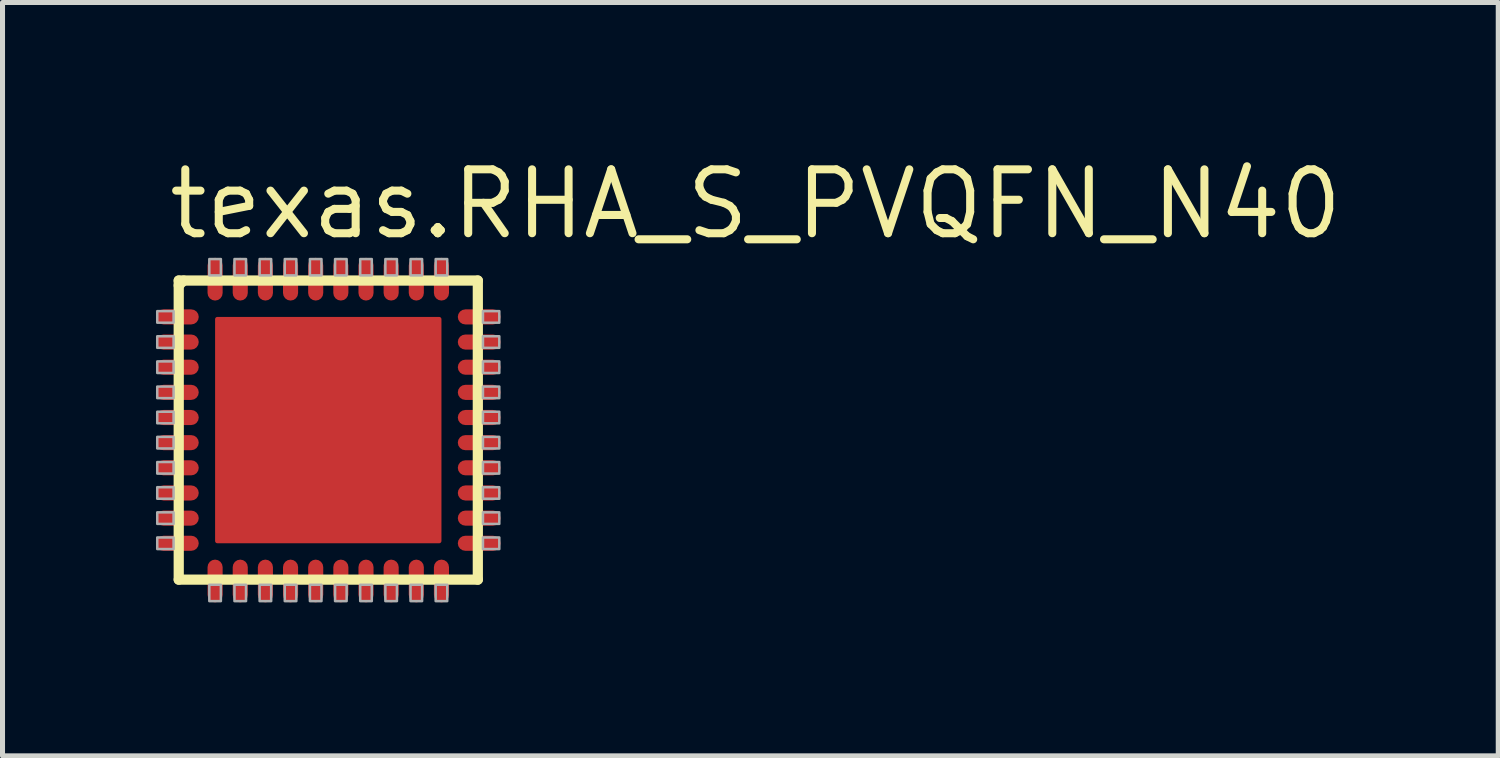
<source format=kicad_pcb>
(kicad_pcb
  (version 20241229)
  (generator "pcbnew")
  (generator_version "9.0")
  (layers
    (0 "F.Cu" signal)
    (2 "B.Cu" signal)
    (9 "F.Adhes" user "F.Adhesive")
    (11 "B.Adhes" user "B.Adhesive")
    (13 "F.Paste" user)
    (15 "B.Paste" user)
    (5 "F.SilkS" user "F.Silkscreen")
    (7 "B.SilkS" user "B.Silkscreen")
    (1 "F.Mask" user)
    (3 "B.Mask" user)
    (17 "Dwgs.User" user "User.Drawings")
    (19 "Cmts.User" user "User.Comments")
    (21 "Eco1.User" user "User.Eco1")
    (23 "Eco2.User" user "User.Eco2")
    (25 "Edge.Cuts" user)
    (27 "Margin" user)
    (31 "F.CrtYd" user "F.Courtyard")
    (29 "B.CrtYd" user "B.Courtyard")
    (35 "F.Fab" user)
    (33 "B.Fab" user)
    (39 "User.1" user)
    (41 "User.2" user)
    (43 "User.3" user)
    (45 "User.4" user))
  (footprint "texas.RHA_S_PVQFN_N40"
    (layer "F.Cu")
    (at 3.476 5.5)
    (property "Reference" "texas.RHA_S_PVQFN_N40" (at -3.25 -3.75 0) (layer "F.SilkS") (effects (font (size 1.27 1.27) (thickness 0.16)) (justify left bottom)))
    (attr smd)
    (fp_rect (start -2.325 2.3) (end 2.3 -2.325) (stroke (width 0.05) (type default)) (fill yes) (layer "F.Mask"))
    (fp_poly (pts (xy -3.35 -2.4) (xy -2.75 -2.4) (xy -2.75 -2.1) (xy -3.35 -2.1) (xy -3.425 -2.175) (xy -3.425 -2.325)) (stroke (width 0.102) (type default)) (fill yes) (layer "F.Mask"))
    (fp_poly (pts (xy -3.35 -1.9) (xy -2.75 -1.9) (xy -2.75 -1.6) (xy -3.35 -1.6) (xy -3.425 -1.675) (xy -3.425 -1.825)) (stroke (width 0.102) (type default)) (fill yes) (layer "F.Mask"))
    (fp_poly (pts (xy -3.35 -1.4) (xy -2.75 -1.4) (xy -2.75 -1.1) (xy -3.35 -1.1) (xy -3.425 -1.175) (xy -3.425 -1.325)) (stroke (width 0.102) (type default)) (fill yes) (layer "F.Mask"))
    (fp_poly (pts (xy -3.35 -0.9) (xy -2.75 -0.9) (xy -2.75 -0.6) (xy -3.35 -0.6) (xy -3.425 -0.675) (xy -3.425 -0.825)) (stroke (width 0.102) (type default)) (fill yes) (layer "F.Mask"))
    (fp_poly (pts (xy -3.35 -0.4) (xy -2.75 -0.4) (xy -2.75 -0.1) (xy -3.35 -0.1) (xy -3.425 -0.175) (xy -3.425 -0.325)) (stroke (width 0.102) (type default)) (fill yes) (layer "F.Mask"))
    (fp_poly (pts (xy -3.35 0.1) (xy -2.75 0.1) (xy -2.75 0.4) (xy -3.35 0.4) (xy -3.425 0.325) (xy -3.425 0.175)) (stroke (width 0.102) (type default)) (fill yes) (layer "F.Mask"))
    (fp_poly (pts (xy -3.35 0.6) (xy -2.75 0.6) (xy -2.75 0.9) (xy -3.35 0.9) (xy -3.425 0.825) (xy -3.425 0.675)) (stroke (width 0.102) (type default)) (fill yes) (layer "F.Mask"))
    (fp_poly (pts (xy -3.35 1.1) (xy -2.75 1.1) (xy -2.75 1.4) (xy -3.35 1.4) (xy -3.425 1.325) (xy -3.425 1.175)) (stroke (width 0.102) (type default)) (fill yes) (layer "F.Mask"))
    (fp_poly (pts (xy -3.35 1.6) (xy -2.75 1.6) (xy -2.75 1.9) (xy -3.35 1.9) (xy -3.425 1.825) (xy -3.425 1.675)) (stroke (width 0.102) (type default)) (fill yes) (layer "F.Mask"))
    (fp_poly (pts (xy -3.35 2.1) (xy -2.75 2.1) (xy -2.75 2.4) (xy -3.35 2.4) (xy -3.425 2.325) (xy -3.425 2.175)) (stroke (width 0.102) (type default)) (fill yes) (layer "F.Mask"))
    (fp_poly (pts (xy -2.4 3.35) (xy -2.4 2.75) (xy -2.1 2.75) (xy -2.1 3.35) (xy -2.175 3.425) (xy -2.325 3.425)) (stroke (width 0.102) (type default)) (fill yes) (layer "F.Mask"))
    (fp_poly (pts (xy -2.1 -3.35) (xy -2.1 -2.75) (xy -2.4 -2.75) (xy -2.4 -3.35) (xy -2.325 -3.425) (xy -2.175 -3.425)) (stroke (width 0.102) (type default)) (fill yes) (layer "F.Mask"))
    (fp_poly (pts (xy -1.9 3.35) (xy -1.9 2.75) (xy -1.6 2.75) (xy -1.6 3.35) (xy -1.675 3.425) (xy -1.825 3.425)) (stroke (width 0.102) (type default)) (fill yes) (layer "F.Mask"))
    (fp_poly (pts (xy -1.6 -3.35) (xy -1.6 -2.75) (xy -1.9 -2.75) (xy -1.9 -3.35) (xy -1.825 -3.425) (xy -1.675 -3.425)) (stroke (width 0.102) (type default)) (fill yes) (layer "F.Mask"))
    (fp_poly (pts (xy -1.4 3.35) (xy -1.4 2.75) (xy -1.1 2.75) (xy -1.1 3.35) (xy -1.175 3.425) (xy -1.325 3.425)) (stroke (width 0.102) (type default)) (fill yes) (layer "F.Mask"))
    (fp_poly (pts (xy -1.1 -3.35) (xy -1.1 -2.75) (xy -1.4 -2.75) (xy -1.4 -3.35) (xy -1.325 -3.425) (xy -1.175 -3.425)) (stroke (width 0.102) (type default)) (fill yes) (layer "F.Mask"))
    (fp_poly (pts (xy -0.9 3.35) (xy -0.9 2.75) (xy -0.6 2.75) (xy -0.6 3.35) (xy -0.675 3.425) (xy -0.825 3.425)) (stroke (width 0.102) (type default)) (fill yes) (layer "F.Mask"))
    (fp_poly (pts (xy -0.6 -3.35) (xy -0.6 -2.75) (xy -0.9 -2.75) (xy -0.9 -3.35) (xy -0.825 -3.425) (xy -0.675 -3.425)) (stroke (width 0.102) (type default)) (fill yes) (layer "F.Mask"))
    (fp_poly (pts (xy -0.4 3.35) (xy -0.4 2.75) (xy -0.1 2.75) (xy -0.1 3.35) (xy -0.175 3.425) (xy -0.325 3.425)) (stroke (width 0.102) (type default)) (fill yes) (layer "F.Mask"))
    (fp_poly (pts (xy -0.1 -3.35) (xy -0.1 -2.75) (xy -0.4 -2.75) (xy -0.4 -3.35) (xy -0.325 -3.425) (xy -0.175 -3.425)) (stroke (width 0.102) (type default)) (fill yes) (layer "F.Mask"))
    (fp_poly (pts (xy 0.1 3.35) (xy 0.1 2.75) (xy 0.4 2.75) (xy 0.4 3.35) (xy 0.325 3.425) (xy 0.175 3.425)) (stroke (width 0.102) (type default)) (fill yes) (layer "F.Mask"))
    (fp_poly (pts (xy 0.4 -3.35) (xy 0.4 -2.75) (xy 0.1 -2.75) (xy 0.1 -3.35) (xy 0.175 -3.425) (xy 0.325 -3.425)) (stroke (width 0.102) (type default)) (fill yes) (layer "F.Mask"))
    (fp_poly (pts (xy 0.6 3.35) (xy 0.6 2.75) (xy 0.9 2.75) (xy 0.9 3.35) (xy 0.825 3.425) (xy 0.675 3.425)) (stroke (width 0.102) (type default)) (fill yes) (layer "F.Mask"))
    (fp_poly (pts (xy 0.9 -3.35) (xy 0.9 -2.75) (xy 0.6 -2.75) (xy 0.6 -3.35) (xy 0.675 -3.425) (xy 0.825 -3.425)) (stroke (width 0.102) (type default)) (fill yes) (layer "F.Mask"))
    (fp_poly (pts (xy 1.1 3.35) (xy 1.1 2.75) (xy 1.4 2.75) (xy 1.4 3.35) (xy 1.325 3.425) (xy 1.175 3.425)) (stroke (width 0.102) (type default)) (fill yes) (layer "F.Mask"))
    (fp_poly (pts (xy 1.4 -3.35) (xy 1.4 -2.75) (xy 1.1 -2.75) (xy 1.1 -3.35) (xy 1.175 -3.425) (xy 1.325 -3.425)) (stroke (width 0.102) (type default)) (fill yes) (layer "F.Mask"))
    (fp_poly (pts (xy 1.6 3.35) (xy 1.6 2.75) (xy 1.9 2.75) (xy 1.9 3.35) (xy 1.825 3.425) (xy 1.675 3.425)) (stroke (width 0.102) (type default)) (fill yes) (layer "F.Mask"))
    (fp_poly (pts (xy 1.9 -3.35) (xy 1.9 -2.75) (xy 1.6 -2.75) (xy 1.6 -3.35) (xy 1.675 -3.425) (xy 1.825 -3.425)) (stroke (width 0.102) (type default)) (fill yes) (layer "F.Mask"))
    (fp_poly (pts (xy 2.1 3.35) (xy 2.1 2.75) (xy 2.4 2.75) (xy 2.4 3.35) (xy 2.325 3.425) (xy 2.175 3.425)) (stroke (width 0.102) (type default)) (fill yes) (layer "F.Mask"))
    (fp_poly (pts (xy 2.4 -3.35) (xy 2.4 -2.75) (xy 2.1 -2.75) (xy 2.1 -3.35) (xy 2.175 -3.425) (xy 2.325 -3.425)) (stroke (width 0.102) (type default)) (fill yes) (layer "F.Mask"))
    (fp_poly (pts (xy 3.35 -2.1) (xy 2.75 -2.1) (xy 2.75 -2.4) (xy 3.35 -2.4) (xy 3.425 -2.325) (xy 3.425 -2.175)) (stroke (width 0.102) (type default)) (fill yes) (layer "F.Mask"))
    (fp_poly (pts (xy 3.35 -1.6) (xy 2.75 -1.6) (xy 2.75 -1.9) (xy 3.35 -1.9) (xy 3.425 -1.825) (xy 3.425 -1.675)) (stroke (width 0.102) (type default)) (fill yes) (layer "F.Mask"))
    (fp_poly (pts (xy 3.35 -1.1) (xy 2.75 -1.1) (xy 2.75 -1.4) (xy 3.35 -1.4) (xy 3.425 -1.325) (xy 3.425 -1.175)) (stroke (width 0.102) (type default)) (fill yes) (layer "F.Mask"))
    (fp_poly (pts (xy 3.35 -0.6) (xy 2.75 -0.6) (xy 2.75 -0.9) (xy 3.35 -0.9) (xy 3.425 -0.825) (xy 3.425 -0.675)) (stroke (width 0.102) (type default)) (fill yes) (layer "F.Mask"))
    (fp_poly (pts (xy 3.35 -0.1) (xy 2.75 -0.1) (xy 2.75 -0.4) (xy 3.35 -0.4) (xy 3.425 -0.325) (xy 3.425 -0.175)) (stroke (width 0.102) (type default)) (fill yes) (layer "F.Mask"))
    (fp_poly (pts (xy 3.35 0.4) (xy 2.75 0.4) (xy 2.75 0.1) (xy 3.35 0.1) (xy 3.425 0.175) (xy 3.425 0.325)) (stroke (width 0.102) (type default)) (fill yes) (layer "F.Mask"))
    (fp_poly (pts (xy 3.35 0.9) (xy 2.75 0.9) (xy 2.75 0.6) (xy 3.35 0.6) (xy 3.425 0.675) (xy 3.425 0.825)) (stroke (width 0.102) (type default)) (fill yes) (layer "F.Mask"))
    (fp_poly (pts (xy 3.35 1.4) (xy 2.75 1.4) (xy 2.75 1.1) (xy 3.35 1.1) (xy 3.425 1.175) (xy 3.425 1.325)) (stroke (width 0.102) (type default)) (fill yes) (layer "F.Mask"))
    (fp_poly (pts (xy 3.35 1.9) (xy 2.75 1.9) (xy 2.75 1.6) (xy 3.35 1.6) (xy 3.425 1.675) (xy 3.425 1.825)) (stroke (width 0.102) (type default)) (fill yes) (layer "F.Mask"))
    (fp_poly (pts (xy 3.35 2.4) (xy 2.75 2.4) (xy 2.75 2.1) (xy 3.35 2.1) (xy 3.425 2.175) (xy 3.425 2.325)) (stroke (width 0.102) (type default)) (fill yes) (layer "F.Mask"))
    (fp_line (start -2.973 -2.973) (end -2.973 2.973) (stroke (width 0.203) (type default)) (layer "F.SilkS"))
    (fp_line (start -2.973 -2.875) (end -2.875 -2.973) (stroke (width 0.203) (type default)) (layer "F.SilkS"))
    (fp_line (start -2.973 2.973) (end 2.973 2.973) (stroke (width 0.203) (type default)) (layer "F.SilkS"))
    (fp_line (start 2.973 -2.973) (end -2.973 -2.973) (stroke (width 0.203) (type default)) (layer "F.SilkS"))
    (fp_line (start 2.973 2.973) (end 2.973 -2.973) (stroke (width 0.203) (type default)) (layer "F.SilkS"))
    (fp_rect (start -3.375 -2.125) (end -2.725 -2.375) (stroke (width 0.05) (type default)) (fill yes) (layer "F.Paste"))
    (fp_rect (start -3.375 -1.625) (end -2.725 -1.875) (stroke (width 0.05) (type default)) (fill yes) (layer "F.Paste"))
    (fp_rect (start -3.375 -1.125) (end -2.725 -1.375) (stroke (width 0.05) (type default)) (fill yes) (layer "F.Paste"))
    (fp_rect (start -3.375 -0.625) (end -2.725 -0.875) (stroke (width 0.05) (type default)) (fill yes) (layer "F.Paste"))
    (fp_rect (start -3.375 -0.125) (end -2.725 -0.375) (stroke (width 0.05) (type default)) (fill yes) (layer "F.Paste"))
    (fp_rect (start -3.375 0.375) (end -2.725 0.125) (stroke (width 0.05) (type default)) (fill yes) (layer "F.Paste"))
    (fp_rect (start -3.375 0.875) (end -2.725 0.625) (stroke (width 0.05) (type default)) (fill yes) (layer "F.Paste"))
    (fp_rect (start -3.375 1.375) (end -2.725 1.125) (stroke (width 0.05) (type default)) (fill yes) (layer "F.Paste"))
    (fp_rect (start -3.375 1.875) (end -2.725 1.625) (stroke (width 0.05) (type default)) (fill yes) (layer "F.Paste"))
    (fp_rect (start -3.375 2.375) (end -2.725 2.125) (stroke (width 0.05) (type default)) (fill yes) (layer "F.Paste"))
    (fp_rect (start -2.375 -2.725) (end -2.125 -3.375) (stroke (width 0.05) (type default)) (fill yes) (layer "F.Paste"))
    (fp_rect (start -2.375 3.375) (end -2.125 2.725) (stroke (width 0.05) (type default)) (fill yes) (layer "F.Paste"))
    (fp_rect (start -1.95 -0.75) (end -0.75 -1.95) (stroke (width 0.05) (type default)) (fill yes) (layer "F.Paste"))
    (fp_rect (start -1.95 0.6) (end -0.75 -0.6) (stroke (width 0.05) (type default)) (fill yes) (layer "F.Paste"))
    (fp_rect (start -1.95 1.95) (end -0.75 0.75) (stroke (width 0.05) (type default)) (fill yes) (layer "F.Paste"))
    (fp_rect (start -1.875 -2.725) (end -1.625 -3.375) (stroke (width 0.05) (type default)) (fill yes) (layer "F.Paste"))
    (fp_rect (start -1.875 3.375) (end -1.625 2.725) (stroke (width 0.05) (type default)) (fill yes) (layer "F.Paste"))
    (fp_rect (start -1.375 -2.725) (end -1.125 -3.375) (stroke (width 0.05) (type default)) (fill yes) (layer "F.Paste"))
    (fp_rect (start -1.375 3.375) (end -1.125 2.725) (stroke (width 0.05) (type default)) (fill yes) (layer "F.Paste"))
    (fp_rect (start -0.875 -2.725) (end -0.625 -3.375) (stroke (width 0.05) (type default)) (fill yes) (layer "F.Paste"))
    (fp_rect (start -0.875 3.375) (end -0.625 2.725) (stroke (width 0.05) (type default)) (fill yes) (layer "F.Paste"))
    (fp_rect (start -0.6 -0.75) (end 0.6 -1.95) (stroke (width 0.05) (type default)) (fill yes) (layer "F.Paste"))
    (fp_rect (start -0.6 0.6) (end 0.6 -0.6) (stroke (width 0.05) (type default)) (fill yes) (layer "F.Paste"))
    (fp_rect (start -0.6 1.95) (end 0.6 0.75) (stroke (width 0.05) (type default)) (fill yes) (layer "F.Paste"))
    (fp_rect (start -0.375 -2.725) (end -0.125 -3.375) (stroke (width 0.05) (type default)) (fill yes) (layer "F.Paste"))
    (fp_rect (start -0.375 3.375) (end -0.125 2.725) (stroke (width 0.05) (type default)) (fill yes) (layer "F.Paste"))
    (fp_rect (start 0.125 -2.725) (end 0.375 -3.375) (stroke (width 0.05) (type default)) (fill yes) (layer "F.Paste"))
    (fp_rect (start 0.125 3.375) (end 0.375 2.725) (stroke (width 0.05) (type default)) (fill yes) (layer "F.Paste"))
    (fp_rect (start 0.625 -2.725) (end 0.875 -3.375) (stroke (width 0.05) (type default)) (fill yes) (layer "F.Paste"))
    (fp_rect (start 0.625 3.375) (end 0.875 2.725) (stroke (width 0.05) (type default)) (fill yes) (layer "F.Paste"))
    (fp_rect (start 0.75 -0.75) (end 1.95 -1.95) (stroke (width 0.05) (type default)) (fill yes) (layer "F.Paste"))
    (fp_rect (start 0.75 0.6) (end 1.95 -0.6) (stroke (width 0.05) (type default)) (fill yes) (layer "F.Paste"))
    (fp_rect (start 0.75 1.95) (end 1.95 0.75) (stroke (width 0.05) (type default)) (fill yes) (layer "F.Paste"))
    (fp_rect (start 1.125 -2.725) (end 1.375 -3.375) (stroke (width 0.05) (type default)) (fill yes) (layer "F.Paste"))
    (fp_rect (start 1.125 3.375) (end 1.375 2.725) (stroke (width 0.05) (type default)) (fill yes) (layer "F.Paste"))
    (fp_rect (start 1.625 -2.725) (end 1.875 -3.375) (stroke (width 0.05) (type default)) (fill yes) (layer "F.Paste"))
    (fp_rect (start 1.625 3.375) (end 1.875 2.725) (stroke (width 0.05) (type default)) (fill yes) (layer "F.Paste"))
    (fp_rect (start 2.125 -2.725) (end 2.375 -3.375) (stroke (width 0.05) (type default)) (fill yes) (layer "F.Paste"))
    (fp_rect (start 2.125 3.375) (end 2.375 2.725) (stroke (width 0.05) (type default)) (fill yes) (layer "F.Paste"))
    (fp_rect (start 2.725 -2.125) (end 3.375 -2.375) (stroke (width 0.05) (type default)) (fill yes) (layer "F.Paste"))
    (fp_rect (start 2.725 -1.625) (end 3.375 -1.875) (stroke (width 0.05) (type default)) (fill yes) (layer "F.Paste"))
    (fp_rect (start 2.725 -1.125) (end 3.375 -1.375) (stroke (width 0.05) (type default)) (fill yes) (layer "F.Paste"))
    (fp_rect (start 2.725 -0.625) (end 3.375 -0.875) (stroke (width 0.05) (type default)) (fill yes) (layer "F.Paste"))
    (fp_rect (start 2.725 -0.125) (end 3.375 -0.375) (stroke (width 0.05) (type default)) (fill yes) (layer "F.Paste"))
    (fp_rect (start 2.725 0.375) (end 3.375 0.125) (stroke (width 0.05) (type default)) (fill yes) (layer "F.Paste"))
    (fp_rect (start 2.725 0.875) (end 3.375 0.625) (stroke (width 0.05) (type default)) (fill yes) (layer "F.Paste"))
    (fp_rect (start 2.725 1.375) (end 3.375 1.125) (stroke (width 0.05) (type default)) (fill yes) (layer "F.Paste"))
    (fp_rect (start 2.725 1.875) (end 3.375 1.625) (stroke (width 0.05) (type default)) (fill yes) (layer "F.Paste"))
    (fp_rect (start 2.725 2.375) (end 3.375 2.125) (stroke (width 0.05) (type default)) (fill yes) (layer "F.Paste"))
    (fp_circle (center -2.725 -2.25) (end -2.6 -2.25) (stroke (width 0.1) (type default)) (fill no) (layer "F.Paste"))
    (fp_circle (center -2.725 -1.75) (end -2.6 -1.75) (stroke (width 0.1) (type default)) (fill no) (layer "F.Paste"))
    (fp_circle (center -2.725 -1.25) (end -2.6 -1.25) (stroke (width 0.1) (type default)) (fill no) (layer "F.Paste"))
    (fp_circle (center -2.725 -0.75) (end -2.6 -0.75) (stroke (width 0.1) (type default)) (fill no) (layer "F.Paste"))
    (fp_circle (center -2.725 -0.25) (end -2.6 -0.25) (stroke (width 0.1) (type default)) (fill no) (layer "F.Paste"))
    (fp_circle (center -2.725 0.25) (end -2.6 0.25) (stroke (width 0.1) (type default)) (fill no) (layer "F.Paste"))
    (fp_circle (center -2.725 0.75) (end -2.6 0.75) (stroke (width 0.1) (type default)) (fill no) (layer "F.Paste"))
    (fp_circle (center -2.725 1.25) (end -2.6 1.25) (stroke (width 0.1) (type default)) (fill no) (layer "F.Paste"))
    (fp_circle (center -2.725 1.75) (end -2.6 1.75) (stroke (width 0.1) (type default)) (fill no) (layer "F.Paste"))
    (fp_circle (center -2.725 2.25) (end -2.6 2.25) (stroke (width 0.1) (type default)) (fill no) (layer "F.Paste"))
    (fp_circle (center -2.25 -2.725) (end -2.125 -2.725) (stroke (width 0.1) (type default)) (fill no) (layer "F.Paste"))
    (fp_circle (center -2.25 2.725) (end -2.125 2.725) (stroke (width 0.1) (type default)) (fill no) (layer "F.Paste"))
    (fp_circle (center -1.75 -2.725) (end -1.625 -2.725) (stroke (width 0.1) (type default)) (fill no) (layer "F.Paste"))
    (fp_circle (center -1.75 2.725) (end -1.625 2.725) (stroke (width 0.1) (type default)) (fill no) (layer "F.Paste"))
    (fp_circle (center -1.25 -2.725) (end -1.125 -2.725) (stroke (width 0.1) (type default)) (fill no) (layer "F.Paste"))
    (fp_circle (center -1.25 2.725) (end -1.125 2.725) (stroke (width 0.1) (type default)) (fill no) (layer "F.Paste"))
    (fp_circle (center -0.75 -2.725) (end -0.625 -2.725) (stroke (width 0.1) (type default)) (fill no) (layer "F.Paste"))
    (fp_circle (center -0.75 2.725) (end -0.625 2.725) (stroke (width 0.1) (type default)) (fill no) (layer "F.Paste"))
    (fp_circle (center -0.25 -2.725) (end -0.125 -2.725) (stroke (width 0.1) (type default)) (fill no) (layer "F.Paste"))
    (fp_circle (center -0.25 2.725) (end -0.125 2.725) (stroke (width 0.1) (type default)) (fill no) (layer "F.Paste"))
    (fp_circle (center 0.25 -2.725) (end 0.375 -2.725) (stroke (width 0.1) (type default)) (fill no) (layer "F.Paste"))
    (fp_circle (center 0.25 2.725) (end 0.375 2.725) (stroke (width 0.1) (type default)) (fill no) (layer "F.Paste"))
    (fp_circle (center 0.75 -2.725) (end 0.875 -2.725) (stroke (width 0.1) (type default)) (fill no) (layer "F.Paste"))
    (fp_circle (center 0.75 2.725) (end 0.875 2.725) (stroke (width 0.1) (type default)) (fill no) (layer "F.Paste"))
    (fp_circle (center 1.25 -2.725) (end 1.375 -2.725) (stroke (width 0.1) (type default)) (fill no) (layer "F.Paste"))
    (fp_circle (center 1.25 2.725) (end 1.375 2.725) (stroke (width 0.1) (type default)) (fill no) (layer "F.Paste"))
    (fp_circle (center 1.75 -2.725) (end 1.875 -2.725) (stroke (width 0.1) (type default)) (fill no) (layer "F.Paste"))
    (fp_circle (center 1.75 2.725) (end 1.875 2.725) (stroke (width 0.1) (type default)) (fill no) (layer "F.Paste"))
    (fp_circle (center 2.25 -2.725) (end 2.375 -2.725) (stroke (width 0.1) (type default)) (fill no) (layer "F.Paste"))
    (fp_circle (center 2.25 2.725) (end 2.375 2.725) (stroke (width 0.1) (type default)) (fill no) (layer "F.Paste"))
    (fp_circle (center 2.725 -2.25) (end 2.85 -2.25) (stroke (width 0.1) (type default)) (fill no) (layer "F.Paste"))
    (fp_circle (center 2.725 -1.75) (end 2.85 -1.75) (stroke (width 0.1) (type default)) (fill no) (layer "F.Paste"))
    (fp_circle (center 2.725 -1.25) (end 2.85 -1.25) (stroke (width 0.1) (type default)) (fill no) (layer "F.Paste"))
    (fp_circle (center 2.725 -0.75) (end 2.85 -0.75) (stroke (width 0.1) (type default)) (fill no) (layer "F.Paste"))
    (fp_circle (center 2.725 -0.25) (end 2.85 -0.25) (stroke (width 0.1) (type default)) (fill no) (layer "F.Paste"))
    (fp_circle (center 2.725 0.25) (end 2.85 0.25) (stroke (width 0.1) (type default)) (fill no) (layer "F.Paste"))
    (fp_circle (center 2.725 0.75) (end 2.85 0.75) (stroke (width 0.1) (type default)) (fill no) (layer "F.Paste"))
    (fp_circle (center 2.725 1.25) (end 2.85 1.25) (stroke (width 0.1) (type default)) (fill no) (layer "F.Paste"))
    (fp_circle (center 2.725 1.75) (end 2.85 1.75) (stroke (width 0.1) (type default)) (fill no) (layer "F.Paste"))
    (fp_circle (center 2.725 2.25) (end 2.85 2.25) (stroke (width 0.1) (type default)) (fill no) (layer "F.Paste"))
    (fp_rect (start -3.4 -2.135) (end -3.075 -2.365) (stroke (width 0.05) (type default)) (fill no) (layer "F.Fab"))
    (fp_rect (start -3.4 -1.635) (end -3.075 -1.865) (stroke (width 0.05) (type default)) (fill no) (layer "F.Fab"))
    (fp_rect (start -3.4 -1.135) (end -3.075 -1.365) (stroke (width 0.05) (type default)) (fill no) (layer "F.Fab"))
    (fp_rect (start -3.4 -0.635) (end -3.075 -0.865) (stroke (width 0.05) (type default)) (fill no) (layer "F.Fab"))
    (fp_rect (start -3.4 -0.135) (end -3.075 -0.365) (stroke (width 0.05) (type default)) (fill no) (layer "F.Fab"))
    (fp_rect (start -3.4 0.365) (end -3.075 0.135) (stroke (width 0.05) (type default)) (fill no) (layer "F.Fab"))
    (fp_rect (start -3.4 0.865) (end -3.075 0.635) (stroke (width 0.05) (type default)) (fill no) (layer "F.Fab"))
    (fp_rect (start -3.4 1.365) (end -3.075 1.135) (stroke (width 0.05) (type default)) (fill no) (layer "F.Fab"))
    (fp_rect (start -3.4 1.865) (end -3.075 1.635) (stroke (width 0.05) (type default)) (fill no) (layer "F.Fab"))
    (fp_rect (start -3.4 2.365) (end -3.075 2.135) (stroke (width 0.05) (type default)) (fill no) (layer "F.Fab"))
    (fp_rect (start -2.365 -3.075) (end -2.135 -3.4) (stroke (width 0.05) (type default)) (fill no) (layer "F.Fab"))
    (fp_rect (start -2.365 3.4) (end -2.135 3.075) (stroke (width 0.05) (type default)) (fill no) (layer "F.Fab"))
    (fp_rect (start -1.865 -3.075) (end -1.635 -3.4) (stroke (width 0.05) (type default)) (fill no) (layer "F.Fab"))
    (fp_rect (start -1.865 3.4) (end -1.635 3.075) (stroke (width 0.05) (type default)) (fill no) (layer "F.Fab"))
    (fp_rect (start -1.365 -3.075) (end -1.135 -3.4) (stroke (width 0.05) (type default)) (fill no) (layer "F.Fab"))
    (fp_rect (start -1.365 3.4) (end -1.135 3.075) (stroke (width 0.05) (type default)) (fill no) (layer "F.Fab"))
    (fp_rect (start -0.865 -3.075) (end -0.635 -3.4) (stroke (width 0.05) (type default)) (fill no) (layer "F.Fab"))
    (fp_rect (start -0.865 3.4) (end -0.635 3.075) (stroke (width 0.05) (type default)) (fill no) (layer "F.Fab"))
    (fp_rect (start -0.365 -3.075) (end -0.135 -3.4) (stroke (width 0.05) (type default)) (fill no) (layer "F.Fab"))
    (fp_rect (start -0.365 3.4) (end -0.135 3.075) (stroke (width 0.05) (type default)) (fill no) (layer "F.Fab"))
    (fp_rect (start 0.135 -3.075) (end 0.365 -3.4) (stroke (width 0.05) (type default)) (fill no) (layer "F.Fab"))
    (fp_rect (start 0.135 3.4) (end 0.365 3.075) (stroke (width 0.05) (type default)) (fill no) (layer "F.Fab"))
    (fp_rect (start 0.635 -3.075) (end 0.865 -3.4) (stroke (width 0.05) (type default)) (fill no) (layer "F.Fab"))
    (fp_rect (start 0.635 3.4) (end 0.865 3.075) (stroke (width 0.05) (type default)) (fill no) (layer "F.Fab"))
    (fp_rect (start 1.135 -3.075) (end 1.365 -3.4) (stroke (width 0.05) (type default)) (fill no) (layer "F.Fab"))
    (fp_rect (start 1.135 3.4) (end 1.365 3.075) (stroke (width 0.05) (type default)) (fill no) (layer "F.Fab"))
    (fp_rect (start 1.635 -3.075) (end 1.865 -3.4) (stroke (width 0.05) (type default)) (fill no) (layer "F.Fab"))
    (fp_rect (start 1.635 3.4) (end 1.865 3.075) (stroke (width 0.05) (type default)) (fill no) (layer "F.Fab"))
    (fp_rect (start 2.135 -3.075) (end 2.365 -3.4) (stroke (width 0.05) (type default)) (fill no) (layer "F.Fab"))
    (fp_rect (start 2.135 3.4) (end 2.365 3.075) (stroke (width 0.05) (type default)) (fill no) (layer "F.Fab"))
    (fp_rect (start 3.075 -2.135) (end 3.4 -2.365) (stroke (width 0.05) (type default)) (fill no) (layer "F.Fab"))
    (fp_rect (start 3.075 -1.635) (end 3.4 -1.865) (stroke (width 0.05) (type default)) (fill no) (layer "F.Fab"))
    (fp_rect (start 3.075 -1.135) (end 3.4 -1.365) (stroke (width 0.05) (type default)) (fill no) (layer "F.Fab"))
    (fp_rect (start 3.075 -0.635) (end 3.4 -0.865) (stroke (width 0.05) (type default)) (fill no) (layer "F.Fab"))
    (fp_rect (start 3.075 -0.135) (end 3.4 -0.365) (stroke (width 0.05) (type default)) (fill no) (layer "F.Fab"))
    (fp_rect (start 3.075 0.365) (end 3.4 0.135) (stroke (width 0.05) (type default)) (fill no) (layer "F.Fab"))
    (fp_rect (start 3.075 0.865) (end 3.4 0.635) (stroke (width 0.05) (type default)) (fill no) (layer "F.Fab"))
    (fp_rect (start 3.075 1.365) (end 3.4 1.135) (stroke (width 0.05) (type default)) (fill no) (layer "F.Fab"))
    (fp_rect (start 3.075 1.865) (end 3.4 1.635) (stroke (width 0.05) (type default)) (fill no) (layer "F.Fab"))
    (fp_rect (start 3.075 2.365) (end 3.4 2.135) (stroke (width 0.05) (type default)) (fill no) (layer "F.Fab"))
    (pad "1" smd roundrect (at -3 -2.25) (size 0.85 0.3) (layers "F.Cu" "F.Mask" "F.Paste") (roundrect_rratio 0.5))
    (pad "2" smd roundrect (at -3 -1.75) (size 0.85 0.3) (layers "F.Cu" "F.Mask" "F.Paste") (roundrect_rratio 0.5))
    (pad "3" smd roundrect (at -3 -1.25) (size 0.85 0.3) (layers "F.Cu" "F.Mask" "F.Paste") (roundrect_rratio 0.5))
    (pad "4" smd roundrect (at -3 -0.75) (size 0.85 0.3) (layers "F.Cu" "F.Mask" "F.Paste") (roundrect_rratio 0.5))
    (pad "5" smd roundrect (at -3 -0.25) (size 0.85 0.3) (layers "F.Cu" "F.Mask" "F.Paste") (roundrect_rratio 0.5))
    (pad "6" smd roundrect (at -3 0.25) (size 0.85 0.3) (layers "F.Cu" "F.Mask" "F.Paste") (roundrect_rratio 0.5))
    (pad "7" smd roundrect (at -3 0.75) (size 0.85 0.3) (layers "F.Cu" "F.Mask" "F.Paste") (roundrect_rratio 0.5))
    (pad "8" smd roundrect (at -3 1.25) (size 0.85 0.3) (layers "F.Cu" "F.Mask" "F.Paste") (roundrect_rratio 0.5))
    (pad "9" smd roundrect (at -3 1.75) (size 0.85 0.3) (layers "F.Cu" "F.Mask" "F.Paste") (roundrect_rratio 0.5))
    (pad "10" smd roundrect (at -3 2.25) (size 0.85 0.3) (layers "F.Cu" "F.Mask" "F.Paste") (roundrect_rratio 0.5))
    (pad "11" smd roundrect (at -2.25 3) (size 0.3 0.85) (layers "F.Cu" "F.Mask" "F.Paste") (roundrect_rratio 0.5))
    (pad "12" smd roundrect (at -1.75 3) (size 0.3 0.85) (layers "F.Cu" "F.Mask" "F.Paste") (roundrect_rratio 0.5))
    (pad "13" smd roundrect (at -1.25 3) (size 0.3 0.85) (layers "F.Cu" "F.Mask" "F.Paste") (roundrect_rratio 0.5))
    (pad "14" smd roundrect (at -0.75 3) (size 0.3 0.85) (layers "F.Cu" "F.Mask" "F.Paste") (roundrect_rratio 0.5))
    (pad "15" smd roundrect (at -0.25 3) (size 0.3 0.85) (layers "F.Cu" "F.Mask" "F.Paste") (roundrect_rratio 0.5))
    (pad "16" smd roundrect (at 0.25 3) (size 0.3 0.85) (layers "F.Cu" "F.Mask" "F.Paste") (roundrect_rratio 0.5))
    (pad "17" smd roundrect (at 0.75 3) (size 0.3 0.85) (layers "F.Cu" "F.Mask" "F.Paste") (roundrect_rratio 0.5))
    (pad "18" smd roundrect (at 1.25 3) (size 0.3 0.85) (layers "F.Cu" "F.Mask" "F.Paste") (roundrect_rratio 0.5))
    (pad "19" smd roundrect (at 1.75 3) (size 0.3 0.85) (layers "F.Cu" "F.Mask" "F.Paste") (roundrect_rratio 0.5))
    (pad "20" smd roundrect (at 2.25 3) (size 0.3 0.85) (layers "F.Cu" "F.Mask" "F.Paste") (roundrect_rratio 0.5))
    (pad "21" smd roundrect (at 3 2.25) (size 0.85 0.3) (layers "F.Cu" "F.Mask" "F.Paste") (roundrect_rratio 0.5))
    (pad "22" smd roundrect (at 3 1.75) (size 0.85 0.3) (layers "F.Cu" "F.Mask" "F.Paste") (roundrect_rratio 0.5))
    (pad "23" smd roundrect (at 3 1.25) (size 0.85 0.3) (layers "F.Cu" "F.Mask" "F.Paste") (roundrect_rratio 0.5))
    (pad "24" smd roundrect (at 3 0.75) (size 0.85 0.3) (layers "F.Cu" "F.Mask" "F.Paste") (roundrect_rratio 0.5))
    (pad "25" smd roundrect (at 3 0.25) (size 0.85 0.3) (layers "F.Cu" "F.Mask" "F.Paste") (roundrect_rratio 0.5))
    (pad "26" smd roundrect (at 3 -0.25) (size 0.85 0.3) (layers "F.Cu" "F.Mask" "F.Paste") (roundrect_rratio 0.5))
    (pad "27" smd roundrect (at 3 -0.75) (size 0.85 0.3) (layers "F.Cu" "F.Mask" "F.Paste") (roundrect_rratio 0.5))
    (pad "28" smd roundrect (at 3 -1.25) (size 0.85 0.3) (layers "F.Cu" "F.Mask" "F.Paste") (roundrect_rratio 0.5))
    (pad "29" smd roundrect (at 3 -1.75) (size 0.85 0.3) (layers "F.Cu" "F.Mask" "F.Paste") (roundrect_rratio 0.5))
    (pad "30" smd roundrect (at 3 -2.25) (size 0.85 0.3) (layers "F.Cu" "F.Mask" "F.Paste") (roundrect_rratio 0.5))
    (pad "31" smd roundrect (at 2.25 -3) (size 0.3 0.85) (layers "F.Cu" "F.Mask" "F.Paste") (roundrect_rratio 0.5))
    (pad "32" smd roundrect (at 1.75 -3) (size 0.3 0.85) (layers "F.Cu" "F.Mask" "F.Paste") (roundrect_rratio 0.5))
    (pad "33" smd roundrect (at 1.25 -3) (size 0.3 0.85) (layers "F.Cu" "F.Mask" "F.Paste") (roundrect_rratio 0.5))
    (pad "34" smd roundrect (at 0.75 -3) (size 0.3 0.85) (layers "F.Cu" "F.Mask" "F.Paste") (roundrect_rratio 0.5))
    (pad "35" smd roundrect (at 0.25 -3) (size 0.3 0.85) (layers "F.Cu" "F.Mask" "F.Paste") (roundrect_rratio 0.5))
    (pad "36" smd roundrect (at -0.25 -3) (size 0.3 0.85) (layers "F.Cu" "F.Mask" "F.Paste") (roundrect_rratio 0.5))
    (pad "37" smd roundrect (at -0.75 -3) (size 0.3 0.85) (layers "F.Cu" "F.Mask" "F.Paste") (roundrect_rratio 0.5))
    (pad "38" smd roundrect (at -1.25 -3) (size 0.3 0.85) (layers "F.Cu" "F.Mask" "F.Paste") (roundrect_rratio 0.5))
    (pad "39" smd roundrect (at -1.75 -3) (size 0.3 0.85) (layers "F.Cu" "F.Mask" "F.Paste") (roundrect_rratio 0.5))
    (pad "40" smd roundrect (at -2.25 -3) (size 0.3 0.85) (layers "F.Cu" "F.Mask" "F.Paste") (roundrect_rratio 0.5))
    (pad "EXP" smd roundrect (at 0 0) (size 4.5 4.5) (layers "F.Cu" "F.Mask" "F.Paste") (roundrect_rratio 0.01)))
  (gr_rect
    (start -3 -3)
    (end 26.735 11.976)
    (stroke (width 0.1) (type default))
    (fill no)
    (layer "Edge.Cuts")))
</source>
